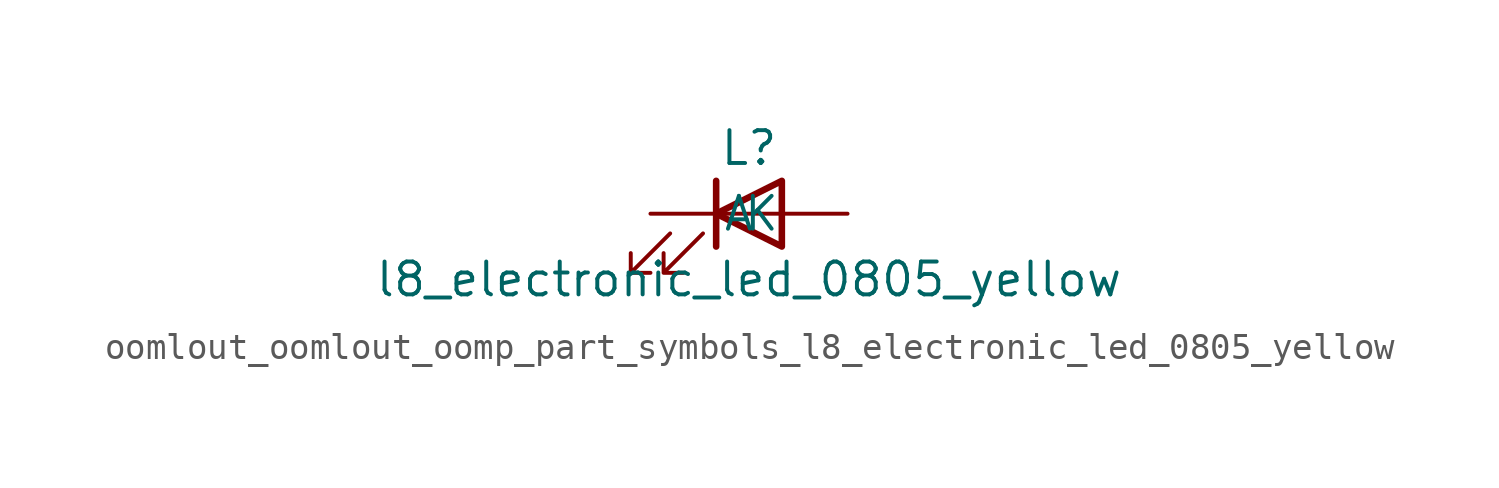
<source format=kicad_sym>
(kicad_symbol_lib
  (version 20220914)
  (generator kicad_symbol_editor)
  (symbol "oomlout_oomlout_oomp_part_symbols_l8_electronic_led_0805_yellow"
    (pin_numbers hide)
    (pin_names
      (offset 1.016))
    (property "Reference" "L"
      (at 0 2.54 0)
      (effects (font (size 1.27 1.27))))
    (property "Value" "l8_electronic_led_0805_yellow"
      (at 0 -2.54 0)
      (effects (font (size 1.27 1.27))))
    (symbol "oomlout_oomlout_oomp_part_symbols_l8_electronic_led_0805_yellow_0_1"
      (polyline (pts (xy -1.27 -1.27) (xy -1.27 1.27)) (stroke (width 0.254) (type default)) (fill (type none)))
      (polyline (pts (xy -1.27 0) (xy 1.27 0)) (stroke (width 0) (type default)) (fill (type none)))
      (polyline (pts (xy 1.27 -1.27) (xy 1.27 1.27) (xy -1.27 0) (xy 1.27 -1.27)) (stroke (width 0.254) (type default)) (fill (type none)))
      (polyline (pts (xy -3.048 -0.762) (xy -4.572 -2.286) (xy -3.81 -2.286) (xy -4.572 -2.286) (xy -4.572 -1.524)) (stroke (width 0) (type default)) (fill (type none)))
      (polyline (pts (xy -1.778 -0.762) (xy -3.302 -2.286) (xy -2.54 -2.286) (xy -3.302 -2.286) (xy -3.302 -1.524)) (stroke (width 0) (type default)) (fill (type none))))
    (symbol "oomlout_oomlout_oomp_part_symbols_l8_electronic_led_0805_yellow_1_1"
      (pin passive line (at -3.81 0 0) (length 2.54) (name "K" (effects (font (size 1.27 1.27)))) (number "1" (effects (font (size 1.27 1.27)))))
      (pin passive line (at 3.81 0 180) (length 2.54) (name "A" (effects (font (size 1.27 1.27)))) (number "2" (effects (font (size 1.27 1.27))))))))
</source>
